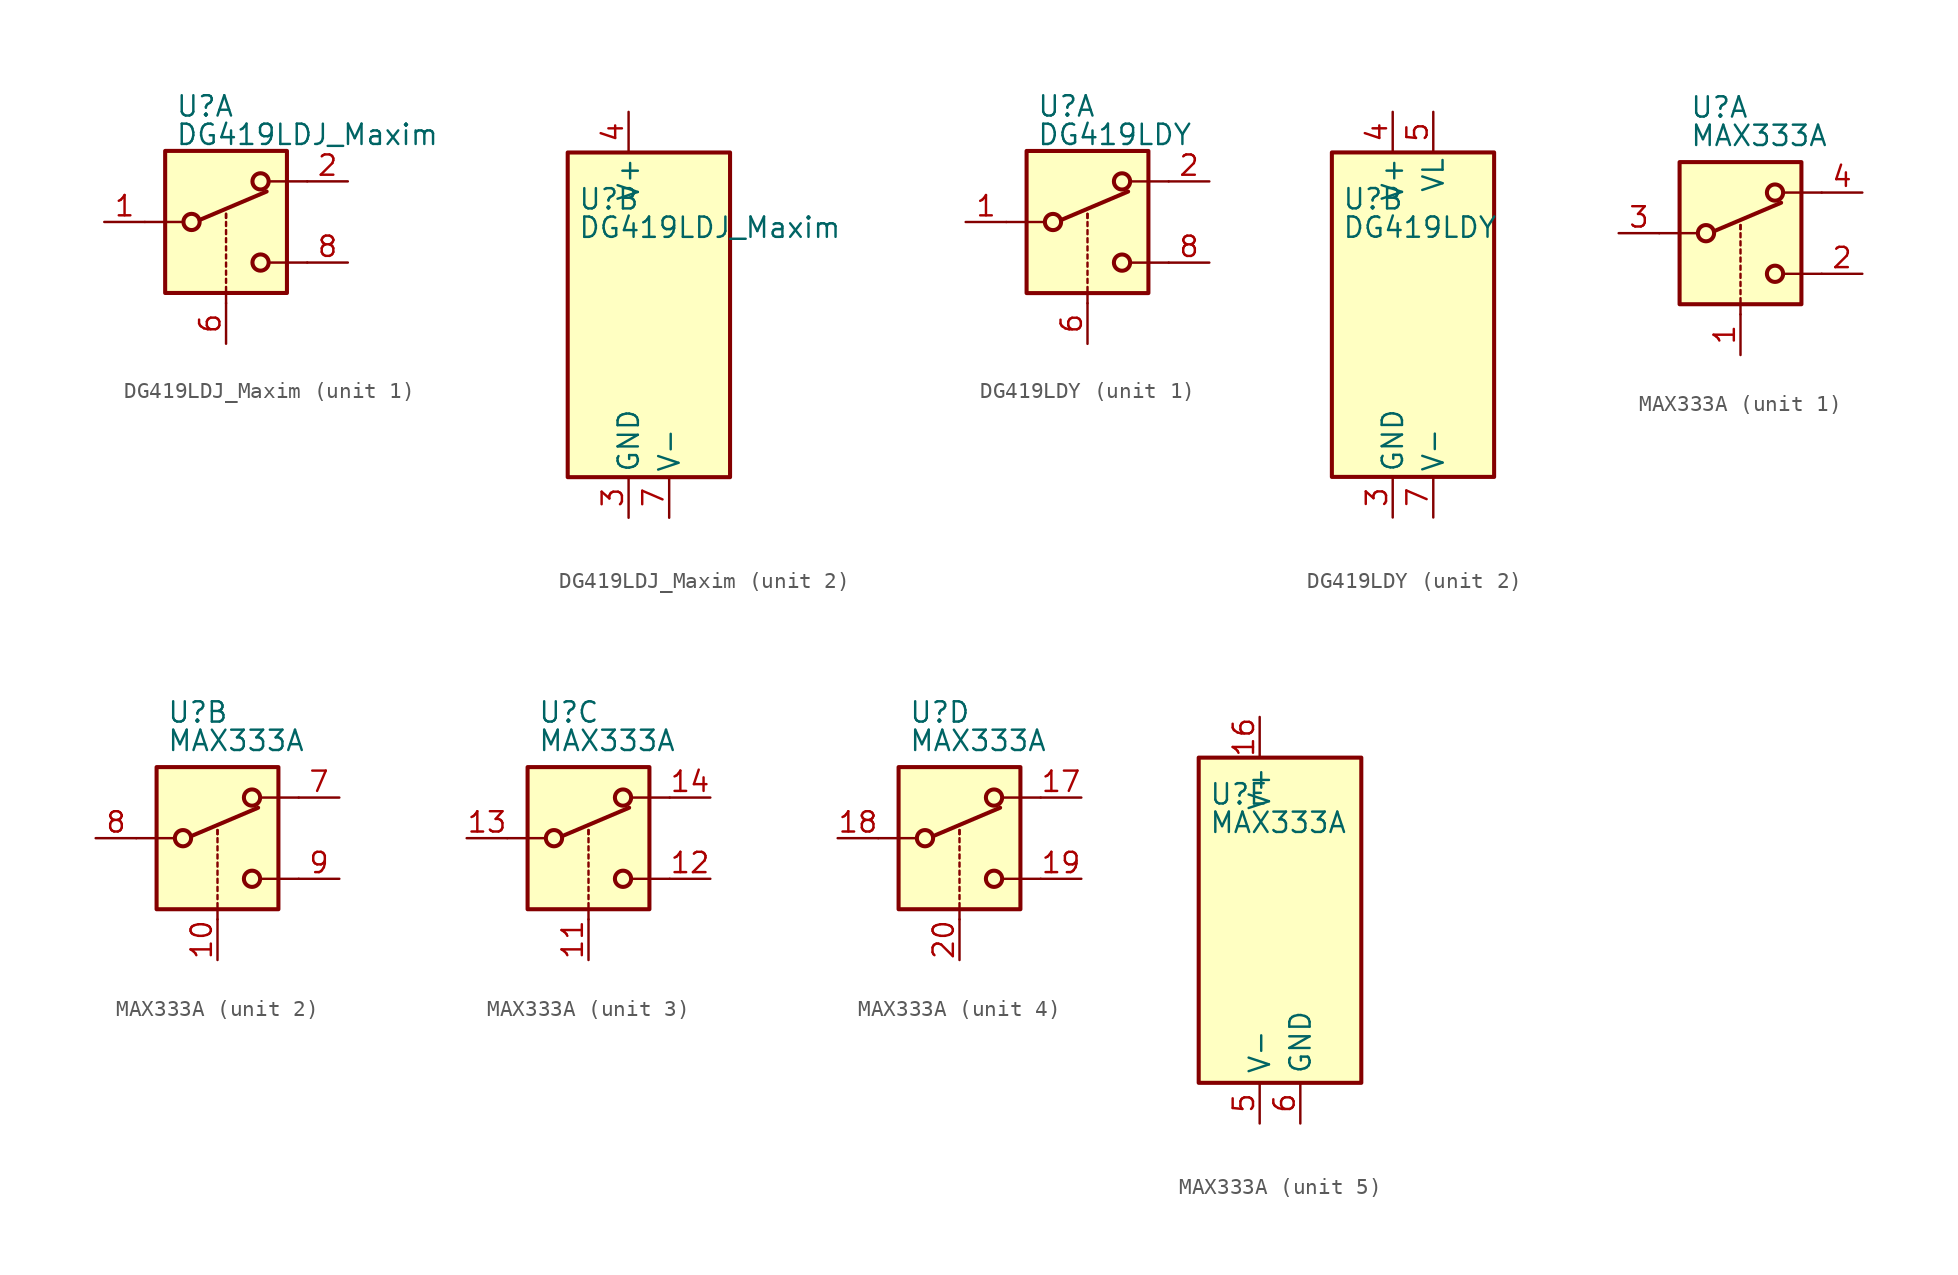
<source format=kicad_sym>
(kicad_symbol_lib
  (version 20231120)
  (generator "kicad_symbol_editor")
  (generator_version "8.0")
  (symbol "DG419LDJ_Maxim"
    (pin_names
      (offset 0.254))
    (property "Reference" "U"
      (at -3.175 7.239 0)
      (effects (font (size 1.27 1.27)) (justify left)))
    (property "Value" "DG419LDJ_Maxim"
      (at -3.175 5.461 0)
      (effects (font (size 1.27 1.27)) (justify left)))
    (symbol "DG419LDJ_Maxim_1_1"
      (rectangle (start -3.81 4.445) (end 3.81 -4.445) (stroke (width 0.254) (type default)) (fill (type background)))
      (circle (center -2.159 0) (radius 0.508) (stroke (width 0.254) (type default)) (fill (type none)))
      (polyline (pts (xy -5.08 0) (xy -2.794 0)) (stroke (width 0) (type default)) (fill (type none)))
      (polyline (pts (xy -1.651 0.127) (xy 2.54 1.905)) (stroke (width 0.254) (type default)) (fill (type none)))
      (polyline (pts (xy 0 -5.08) (xy 0 -4.572)) (stroke (width 0) (type default)) (fill (type none)))
      (polyline (pts (xy 0 -4.318) (xy 0 -4.064)) (stroke (width 0) (type default)) (fill (type none)))
      (polyline (pts (xy 0 -3.81) (xy 0 -3.556)) (stroke (width 0) (type default)) (fill (type none)))
      (polyline (pts (xy 0 -3.302) (xy 0 -3.048)) (stroke (width 0) (type default)) (fill (type none)))
      (polyline (pts (xy 0 -2.794) (xy 0 -2.54)) (stroke (width 0) (type default)) (fill (type none)))
      (polyline (pts (xy 0 -2.286) (xy 0 -2.032)) (stroke (width 0) (type default)) (fill (type none)))
      (polyline (pts (xy 0 -1.778) (xy 0 -1.524)) (stroke (width 0) (type default)) (fill (type none)))
      (polyline (pts (xy 0 -1.27) (xy 0 -1.016)) (stroke (width 0) (type default)) (fill (type none)))
      (polyline (pts (xy 0 -0.762) (xy 0 -0.508)) (stroke (width 0) (type default)) (fill (type none)))
      (polyline (pts (xy 0 -0.254) (xy 0 0)) (stroke (width 0) (type default)) (fill (type none)))
      (polyline (pts (xy 0 0.254) (xy 0 0.508)) (stroke (width 0) (type default)) (fill (type none)))
      (polyline (pts (xy 0 0.254) (xy 0 0.508)) (stroke (width 0) (type default)) (fill (type none)))
      (polyline (pts (xy 5.08 -2.54) (xy 2.794 -2.54)) (stroke (width 0) (type default)) (fill (type none)))
      (polyline (pts (xy 5.08 2.54) (xy 2.794 2.54)) (stroke (width 0) (type default)) (fill (type none)))
      (circle (center 2.159 -2.54) (radius 0.508) (stroke (width 0.254) (type default)) (fill (type none)))
      (circle (center 2.159 2.54) (radius 0.508) (stroke (width 0.254) (type default)) (fill (type none)))
      (pin passive line (at -7.62 0 0) (length 2.54) (name "~" (effects (font (size 1.27 1.27)))) (number "1" (effects (font (size 1.27 1.27)))))
      (pin passive line (at 7.62 2.54 180) (length 2.54) (name "~" (effects (font (size 1.27 1.27)))) (number "2" (effects (font (size 1.27 1.27)))))
      (pin input line (at 0 -7.62 90) (length 2.54) (name "~" (effects (font (size 1.27 1.27)))) (number "6" (effects (font (size 1.27 1.27)))))
      (pin passive line (at 7.62 -2.54 180) (length 2.54) (name "~" (effects (font (size 1.27 1.27)))) (number "8" (effects (font (size 1.27 1.27))))))
    (symbol "DG419LDJ_Maxim_2_0"
      (pin power_in line (at 0 -12.7 90) (length 2.54) (name "GND" (effects (font (size 1.27 1.27)))) (number "3" (effects (font (size 1.27 1.27)))))
      (pin power_in line (at 0 12.7 270) (length 2.54) (name "V+" (effects (font (size 1.27 1.27)))) (number "4" (effects (font (size 1.27 1.27)))))
      (pin no_connect line (at 2.54 10.16 270) (length 2.54) hide (name "NC" (effects (font (size 1.27 1.27)))) (number "5" (effects (font (size 1.27 1.27)))))
      (pin power_in line (at 2.54 -12.7 90) (length 2.54) (name "V-" (effects (font (size 1.27 1.27)))) (number "7" (effects (font (size 1.27 1.27))))))
    (symbol "DG419LDJ_Maxim_2_1"
      (rectangle (start -3.81 10.16) (end 6.35 -10.16) (stroke (width 0.254) (type default)) (fill (type background)))))
  (symbol "DG419LDY"
    (pin_names
      (offset 0.254))
    (property "Reference" "U"
      (at -3.175 7.239 0)
      (effects (font (size 1.27 1.27)) (justify left)))
    (property "Value" "DG419LDY"
      (at -3.175 5.461 0)
      (effects (font (size 1.27 1.27)) (justify left)))
    (symbol "DG419LDY_1_1"
      (rectangle (start -3.81 4.445) (end 3.81 -4.445) (stroke (width 0.254) (type default)) (fill (type background)))
      (circle (center -2.159 0) (radius 0.508) (stroke (width 0.254) (type default)) (fill (type none)))
      (polyline (pts (xy -5.08 0) (xy -2.794 0)) (stroke (width 0) (type default)) (fill (type none)))
      (polyline (pts (xy -1.651 0.127) (xy 2.54 1.905)) (stroke (width 0.254) (type default)) (fill (type none)))
      (polyline (pts (xy 0 -5.08) (xy 0 -4.572)) (stroke (width 0) (type default)) (fill (type none)))
      (polyline (pts (xy 0 -4.318) (xy 0 -4.064)) (stroke (width 0) (type default)) (fill (type none)))
      (polyline (pts (xy 0 -3.81) (xy 0 -3.556)) (stroke (width 0) (type default)) (fill (type none)))
      (polyline (pts (xy 0 -3.302) (xy 0 -3.048)) (stroke (width 0) (type default)) (fill (type none)))
      (polyline (pts (xy 0 -2.794) (xy 0 -2.54)) (stroke (width 0) (type default)) (fill (type none)))
      (polyline (pts (xy 0 -2.286) (xy 0 -2.032)) (stroke (width 0) (type default)) (fill (type none)))
      (polyline (pts (xy 0 -1.778) (xy 0 -1.524)) (stroke (width 0) (type default)) (fill (type none)))
      (polyline (pts (xy 0 -1.27) (xy 0 -1.016)) (stroke (width 0) (type default)) (fill (type none)))
      (polyline (pts (xy 0 -0.762) (xy 0 -0.508)) (stroke (width 0) (type default)) (fill (type none)))
      (polyline (pts (xy 0 -0.254) (xy 0 0)) (stroke (width 0) (type default)) (fill (type none)))
      (polyline (pts (xy 0 0.254) (xy 0 0.508)) (stroke (width 0) (type default)) (fill (type none)))
      (polyline (pts (xy 0 0.254) (xy 0 0.508)) (stroke (width 0) (type default)) (fill (type none)))
      (polyline (pts (xy 5.08 -2.54) (xy 2.794 -2.54)) (stroke (width 0) (type default)) (fill (type none)))
      (polyline (pts (xy 5.08 2.54) (xy 2.794 2.54)) (stroke (width 0) (type default)) (fill (type none)))
      (circle (center 2.159 -2.54) (radius 0.508) (stroke (width 0.254) (type default)) (fill (type none)))
      (circle (center 2.159 2.54) (radius 0.508) (stroke (width 0.254) (type default)) (fill (type none)))
      (pin passive line (at -7.62 0 0) (length 2.54) (name "~" (effects (font (size 1.27 1.27)))) (number "1" (effects (font (size 1.27 1.27)))))
      (pin passive line (at 7.62 2.54 180) (length 2.54) (name "~" (effects (font (size 1.27 1.27)))) (number "2" (effects (font (size 1.27 1.27)))))
      (pin input line (at 0 -7.62 90) (length 2.54) (name "~" (effects (font (size 1.27 1.27)))) (number "6" (effects (font (size 1.27 1.27)))))
      (pin passive line (at 7.62 -2.54 180) (length 2.54) (name "~" (effects (font (size 1.27 1.27)))) (number "8" (effects (font (size 1.27 1.27))))))
    (symbol "DG419LDY_2_0"
      (pin power_in line (at 0 -12.7 90) (length 2.54) (name "GND" (effects (font (size 1.27 1.27)))) (number "3" (effects (font (size 1.27 1.27)))))
      (pin power_in line (at 0 12.7 270) (length 2.54) (name "V+" (effects (font (size 1.27 1.27)))) (number "4" (effects (font (size 1.27 1.27)))))
      (pin power_in line (at 2.54 12.7 270) (length 2.54) (name "VL" (effects (font (size 1.27 1.27)))) (number "5" (effects (font (size 1.27 1.27)))))
      (pin power_in line (at 2.54 -12.7 90) (length 2.54) (name "V-" (effects (font (size 1.27 1.27)))) (number "7" (effects (font (size 1.27 1.27))))))
    (symbol "DG419LDY_2_1"
      (rectangle (start -3.81 10.16) (end 6.35 -10.16) (stroke (width 0.254) (type default)) (fill (type background)))))
  (symbol "MAX333A"
    (property "Reference" "U"
      (at -3.175 7.874 0)
      (effects (font (size 1.27 1.27)) (justify left)))
    (property "Value" "MAX333A"
      (at -3.175 6.096 0)
      (effects (font (size 1.27 1.27)) (justify left)))
    (symbol "MAX333A_1_1"
      (rectangle (start -3.81 4.445) (end 3.81 -4.445) (stroke (width 0.254) (type default)) (fill (type background)))
      (circle (center -2.159 0) (radius 0.508) (stroke (width 0.254) (type default)) (fill (type none)))
      (polyline (pts (xy -5.08 0) (xy -2.794 0)) (stroke (width 0) (type default)) (fill (type none)))
      (polyline (pts (xy -1.651 0.127) (xy 2.54 1.905)) (stroke (width 0.254) (type default)) (fill (type none)))
      (polyline (pts (xy 0 -5.08) (xy 0 -4.572)) (stroke (width 0) (type default)) (fill (type none)))
      (polyline (pts (xy 0 -4.318) (xy 0 -4.064)) (stroke (width 0) (type default)) (fill (type none)))
      (polyline (pts (xy 0 -3.81) (xy 0 -3.556)) (stroke (width 0) (type default)) (fill (type none)))
      (polyline (pts (xy 0 -3.302) (xy 0 -3.048)) (stroke (width 0) (type default)) (fill (type none)))
      (polyline (pts (xy 0 -2.794) (xy 0 -2.54)) (stroke (width 0) (type default)) (fill (type none)))
      (polyline (pts (xy 0 -2.286) (xy 0 -2.032)) (stroke (width 0) (type default)) (fill (type none)))
      (polyline (pts (xy 0 -1.778) (xy 0 -1.524)) (stroke (width 0) (type default)) (fill (type none)))
      (polyline (pts (xy 0 -1.27) (xy 0 -1.016)) (stroke (width 0) (type default)) (fill (type none)))
      (polyline (pts (xy 0 -0.762) (xy 0 -0.508)) (stroke (width 0) (type default)) (fill (type none)))
      (polyline (pts (xy 0 -0.254) (xy 0 0)) (stroke (width 0) (type default)) (fill (type none)))
      (polyline (pts (xy 0 0.254) (xy 0 0.508)) (stroke (width 0) (type default)) (fill (type none)))
      (polyline (pts (xy 0 0.254) (xy 0 0.508)) (stroke (width 0) (type default)) (fill (type none)))
      (polyline (pts (xy 5.08 -2.54) (xy 2.794 -2.54)) (stroke (width 0) (type default)) (fill (type none)))
      (polyline (pts (xy 5.08 2.54) (xy 2.794 2.54)) (stroke (width 0) (type default)) (fill (type none)))
      (circle (center 2.159 -2.54) (radius 0.508) (stroke (width 0.254) (type default)) (fill (type none)))
      (circle (center 2.159 2.54) (radius 0.508) (stroke (width 0.254) (type default)) (fill (type none)))
      (pin input line (at 0 -7.62 90) (length 2.54) (name "~" (effects (font (size 1.27 1.27)))) (number "1" (effects (font (size 1.27 1.27)))))
      (pin passive line (at 7.62 -2.54 180) (length 2.54) (name "~" (effects (font (size 1.27 1.27)))) (number "2" (effects (font (size 1.27 1.27)))))
      (pin passive line (at -7.62 0 0) (length 2.54) (name "~" (effects (font (size 1.27 1.27)))) (number "3" (effects (font (size 1.27 1.27)))))
      (pin passive line (at 7.62 2.54 180) (length 2.54) (name "~" (effects (font (size 1.27 1.27)))) (number "4" (effects (font (size 1.27 1.27))))))
    (symbol "MAX333A_2_1"
      (rectangle (start -3.81 4.445) (end 3.81 -4.445) (stroke (width 0.254) (type default)) (fill (type background)))
      (circle (center -2.159 0) (radius 0.508) (stroke (width 0.254) (type default)) (fill (type none)))
      (polyline (pts (xy -5.08 0) (xy -2.794 0)) (stroke (width 0) (type default)) (fill (type none)))
      (polyline (pts (xy -1.651 0.127) (xy 2.54 1.905)) (stroke (width 0.254) (type default)) (fill (type none)))
      (polyline (pts (xy 0 -5.08) (xy 0 -4.572)) (stroke (width 0) (type default)) (fill (type none)))
      (polyline (pts (xy 0 -4.318) (xy 0 -4.064)) (stroke (width 0) (type default)) (fill (type none)))
      (polyline (pts (xy 0 -3.81) (xy 0 -3.556)) (stroke (width 0) (type default)) (fill (type none)))
      (polyline (pts (xy 0 -3.302) (xy 0 -3.048)) (stroke (width 0) (type default)) (fill (type none)))
      (polyline (pts (xy 0 -2.794) (xy 0 -2.54)) (stroke (width 0) (type default)) (fill (type none)))
      (polyline (pts (xy 0 -2.286) (xy 0 -2.032)) (stroke (width 0) (type default)) (fill (type none)))
      (polyline (pts (xy 0 -1.778) (xy 0 -1.524)) (stroke (width 0) (type default)) (fill (type none)))
      (polyline (pts (xy 0 -1.27) (xy 0 -1.016)) (stroke (width 0) (type default)) (fill (type none)))
      (polyline (pts (xy 0 -0.762) (xy 0 -0.508)) (stroke (width 0) (type default)) (fill (type none)))
      (polyline (pts (xy 0 -0.254) (xy 0 0)) (stroke (width 0) (type default)) (fill (type none)))
      (polyline (pts (xy 0 0.254) (xy 0 0.508)) (stroke (width 0) (type default)) (fill (type none)))
      (polyline (pts (xy 0 0.254) (xy 0 0.508)) (stroke (width 0) (type default)) (fill (type none)))
      (polyline (pts (xy 5.08 -2.54) (xy 2.794 -2.54)) (stroke (width 0) (type default)) (fill (type none)))
      (polyline (pts (xy 5.08 2.54) (xy 2.794 2.54)) (stroke (width 0) (type default)) (fill (type none)))
      (circle (center 2.159 -2.54) (radius 0.508) (stroke (width 0.254) (type default)) (fill (type none)))
      (circle (center 2.159 2.54) (radius 0.508) (stroke (width 0.254) (type default)) (fill (type none)))
      (pin input line (at 0 -7.62 90) (length 2.54) (name "~" (effects (font (size 1.27 1.27)))) (number "10" (effects (font (size 1.27 1.27)))))
      (pin passive line (at 7.62 2.54 180) (length 2.54) (name "~" (effects (font (size 1.27 1.27)))) (number "7" (effects (font (size 1.27 1.27)))))
      (pin passive line (at -7.62 0 0) (length 2.54) (name "~" (effects (font (size 1.27 1.27)))) (number "8" (effects (font (size 1.27 1.27)))))
      (pin passive line (at 7.62 -2.54 180) (length 2.54) (name "~" (effects (font (size 1.27 1.27)))) (number "9" (effects (font (size 1.27 1.27))))))
    (symbol "MAX333A_3_1"
      (rectangle (start -3.81 4.445) (end 3.81 -4.445) (stroke (width 0.254) (type default)) (fill (type background)))
      (circle (center -2.159 0) (radius 0.508) (stroke (width 0.254) (type default)) (fill (type none)))
      (polyline (pts (xy -5.08 0) (xy -2.794 0)) (stroke (width 0) (type default)) (fill (type none)))
      (polyline (pts (xy -1.651 0.127) (xy 2.54 1.905)) (stroke (width 0.254) (type default)) (fill (type none)))
      (polyline (pts (xy 0 -5.08) (xy 0 -4.572)) (stroke (width 0) (type default)) (fill (type none)))
      (polyline (pts (xy 0 -4.318) (xy 0 -4.064)) (stroke (width 0) (type default)) (fill (type none)))
      (polyline (pts (xy 0 -3.81) (xy 0 -3.556)) (stroke (width 0) (type default)) (fill (type none)))
      (polyline (pts (xy 0 -3.302) (xy 0 -3.048)) (stroke (width 0) (type default)) (fill (type none)))
      (polyline (pts (xy 0 -2.794) (xy 0 -2.54)) (stroke (width 0) (type default)) (fill (type none)))
      (polyline (pts (xy 0 -2.286) (xy 0 -2.032)) (stroke (width 0) (type default)) (fill (type none)))
      (polyline (pts (xy 0 -1.778) (xy 0 -1.524)) (stroke (width 0) (type default)) (fill (type none)))
      (polyline (pts (xy 0 -1.27) (xy 0 -1.016)) (stroke (width 0) (type default)) (fill (type none)))
      (polyline (pts (xy 0 -0.762) (xy 0 -0.508)) (stroke (width 0) (type default)) (fill (type none)))
      (polyline (pts (xy 0 -0.254) (xy 0 0)) (stroke (width 0) (type default)) (fill (type none)))
      (polyline (pts (xy 0 0.254) (xy 0 0.508)) (stroke (width 0) (type default)) (fill (type none)))
      (polyline (pts (xy 0 0.254) (xy 0 0.508)) (stroke (width 0) (type default)) (fill (type none)))
      (polyline (pts (xy 5.08 -2.54) (xy 2.794 -2.54)) (stroke (width 0) (type default)) (fill (type none)))
      (polyline (pts (xy 5.08 2.54) (xy 2.794 2.54)) (stroke (width 0) (type default)) (fill (type none)))
      (circle (center 2.159 -2.54) (radius 0.508) (stroke (width 0.254) (type default)) (fill (type none)))
      (circle (center 2.159 2.54) (radius 0.508) (stroke (width 0.254) (type default)) (fill (type none)))
      (pin input line (at 0 -7.62 90) (length 2.54) (name "~" (effects (font (size 1.27 1.27)))) (number "11" (effects (font (size 1.27 1.27)))))
      (pin passive line (at 7.62 -2.54 180) (length 2.54) (name "~" (effects (font (size 1.27 1.27)))) (number "12" (effects (font (size 1.27 1.27)))))
      (pin passive line (at -7.62 0 0) (length 2.54) (name "~" (effects (font (size 1.27 1.27)))) (number "13" (effects (font (size 1.27 1.27)))))
      (pin passive line (at 7.62 2.54 180) (length 2.54) (name "~" (effects (font (size 1.27 1.27)))) (number "14" (effects (font (size 1.27 1.27))))))
    (symbol "MAX333A_4_1"
      (rectangle (start -3.81 4.445) (end 3.81 -4.445) (stroke (width 0.254) (type default)) (fill (type background)))
      (circle (center -2.159 0) (radius 0.508) (stroke (width 0.254) (type default)) (fill (type none)))
      (polyline (pts (xy -5.08 0) (xy -2.794 0)) (stroke (width 0) (type default)) (fill (type none)))
      (polyline (pts (xy -1.651 0.127) (xy 2.54 1.905)) (stroke (width 0.254) (type default)) (fill (type none)))
      (polyline (pts (xy 0 -5.08) (xy 0 -4.572)) (stroke (width 0) (type default)) (fill (type none)))
      (polyline (pts (xy 0 -4.318) (xy 0 -4.064)) (stroke (width 0) (type default)) (fill (type none)))
      (polyline (pts (xy 0 -3.81) (xy 0 -3.556)) (stroke (width 0) (type default)) (fill (type none)))
      (polyline (pts (xy 0 -3.302) (xy 0 -3.048)) (stroke (width 0) (type default)) (fill (type none)))
      (polyline (pts (xy 0 -2.794) (xy 0 -2.54)) (stroke (width 0) (type default)) (fill (type none)))
      (polyline (pts (xy 0 -2.286) (xy 0 -2.032)) (stroke (width 0) (type default)) (fill (type none)))
      (polyline (pts (xy 0 -1.778) (xy 0 -1.524)) (stroke (width 0) (type default)) (fill (type none)))
      (polyline (pts (xy 0 -1.27) (xy 0 -1.016)) (stroke (width 0) (type default)) (fill (type none)))
      (polyline (pts (xy 0 -0.762) (xy 0 -0.508)) (stroke (width 0) (type default)) (fill (type none)))
      (polyline (pts (xy 0 -0.254) (xy 0 0)) (stroke (width 0) (type default)) (fill (type none)))
      (polyline (pts (xy 0 0.254) (xy 0 0.508)) (stroke (width 0) (type default)) (fill (type none)))
      (polyline (pts (xy 0 0.254) (xy 0 0.508)) (stroke (width 0) (type default)) (fill (type none)))
      (polyline (pts (xy 5.08 -2.54) (xy 2.794 -2.54)) (stroke (width 0) (type default)) (fill (type none)))
      (polyline (pts (xy 5.08 2.54) (xy 2.794 2.54)) (stroke (width 0) (type default)) (fill (type none)))
      (circle (center 2.159 -2.54) (radius 0.508) (stroke (width 0.254) (type default)) (fill (type none)))
      (circle (center 2.159 2.54) (radius 0.508) (stroke (width 0.254) (type default)) (fill (type none)))
      (pin passive line (at 7.62 2.54 180) (length 2.54) (name "~" (effects (font (size 1.27 1.27)))) (number "17" (effects (font (size 1.27 1.27)))))
      (pin passive line (at -7.62 0 0) (length 2.54) (name "~" (effects (font (size 1.27 1.27)))) (number "18" (effects (font (size 1.27 1.27)))))
      (pin passive line (at 7.62 -2.54 180) (length 2.54) (name "~" (effects (font (size 1.27 1.27)))) (number "19" (effects (font (size 1.27 1.27)))))
      (pin input line (at 0 -7.62 90) (length 2.54) (name "~" (effects (font (size 1.27 1.27)))) (number "20" (effects (font (size 1.27 1.27))))))
    (symbol "MAX333A_5_0"
      (pin no_connect line (at 2.54 10.16 270) (length 2.54) hide (name "NC" (effects (font (size 1.27 1.27)))) (number "15" (effects (font (size 1.27 1.27)))))
      (pin power_in line (at 0 12.7 270) (length 2.54) (name "V+" (effects (font (size 1.27 1.27)))) (number "16" (effects (font (size 1.27 1.27)))))
      (pin power_in line (at 0 -12.7 90) (length 2.54) (name "V-" (effects (font (size 1.27 1.27)))) (number "5" (effects (font (size 1.27 1.27)))))
      (pin power_in line (at 2.54 -12.7 90) (length 2.54) (name "GND" (effects (font (size 1.27 1.27)))) (number "6" (effects (font (size 1.27 1.27))))))
    (symbol "MAX333A_5_1"
      (rectangle (start -3.81 10.16) (end 6.35 -10.16) (stroke (width 0.254) (type default)) (fill (type background))))))
</source>
